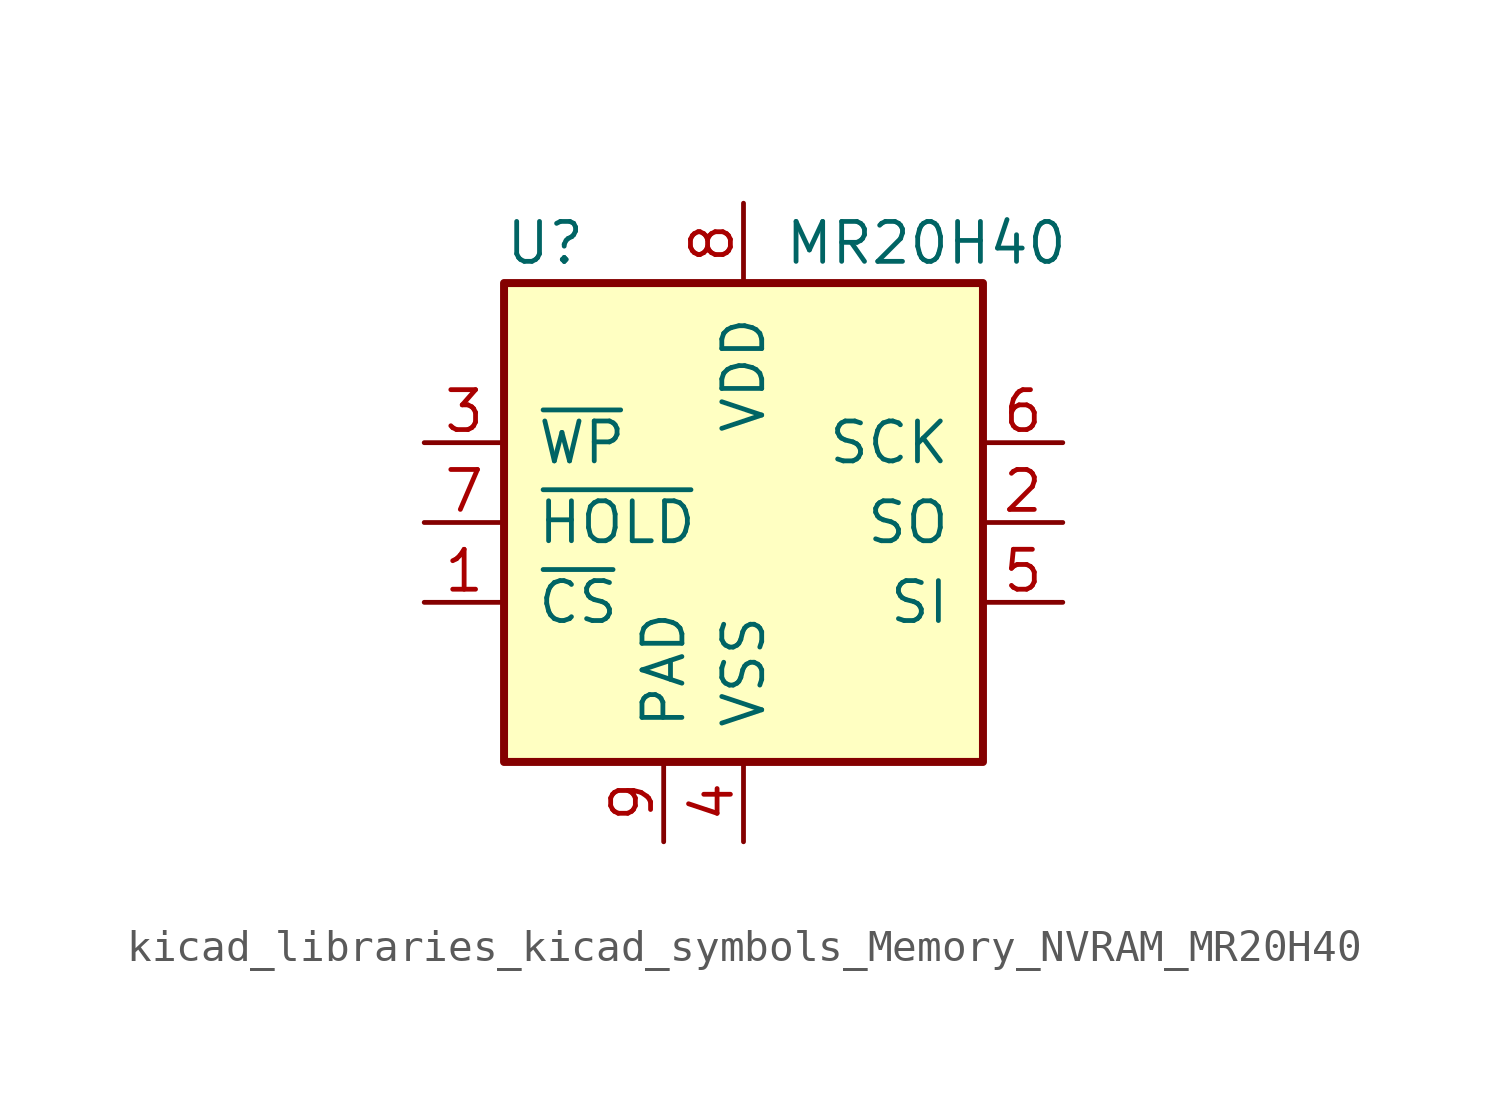
<source format=kicad_sym>
(kicad_symbol_lib
  (version 20220914)
  (generator kicad_symbol_editor)
  (symbol "kicad_libraries_kicad_symbols_Memory_NVRAM_MR20H40"
    (pin_names
      (offset 1.016))
    (property "Reference" "U"
      (at -7.62 8.89 0)
      (effects (font (size 1.27 1.27)) (justify left)))
    (property "Value" "MR20H40"
      (at 1.27 8.89 0)
      (effects (font (size 1.27 1.27)) (justify left)))
    (symbol "kicad_libraries_kicad_symbols_Memory_NVRAM_MR20H40_0_1"
      (rectangle (start -7.62 7.62) (end 7.62 -7.62) (stroke (width 0.254) (type default)) (fill (type background))))
    (symbol "kicad_libraries_kicad_symbols_Memory_NVRAM_MR20H40_1_1"
      (pin input line (at -10.16 -2.54 0) (length 2.54) (name "~{CS}" (effects (font (size 1.27 1.27)))) (number "1" (effects (font (size 1.27 1.27)))))
      (pin output line (at 10.16 0 180) (length 2.54) (name "SO" (effects (font (size 1.27 1.27)))) (number "2" (effects (font (size 1.27 1.27)))))
      (pin input line (at -10.16 2.54 0) (length 2.54) (name "~{WP}" (effects (font (size 1.27 1.27)))) (number "3" (effects (font (size 1.27 1.27)))))
      (pin power_in line (at 0 -10.16 90) (length 2.54) (name "VSS" (effects (font (size 1.27 1.27)))) (number "4" (effects (font (size 1.27 1.27)))))
      (pin input line (at 10.16 -2.54 180) (length 2.54) (name "SI" (effects (font (size 1.27 1.27)))) (number "5" (effects (font (size 1.27 1.27)))))
      (pin input line (at 10.16 2.54 180) (length 2.54) (name "SCK" (effects (font (size 1.27 1.27)))) (number "6" (effects (font (size 1.27 1.27)))))
      (pin input line (at -10.16 0 0) (length 2.54) (name "~{HOLD}" (effects (font (size 1.27 1.27)))) (number "7" (effects (font (size 1.27 1.27)))))
      (pin power_in line (at 0 10.16 270) (length 2.54) (name "VDD" (effects (font (size 1.27 1.27)))) (number "8" (effects (font (size 1.27 1.27)))))
      (pin power_in line (at -2.54 -10.16 90) (length 2.54) (name "PAD" (effects (font (size 1.27 1.27)))) (number "9" (effects (font (size 1.27 1.27))))))))
</source>
